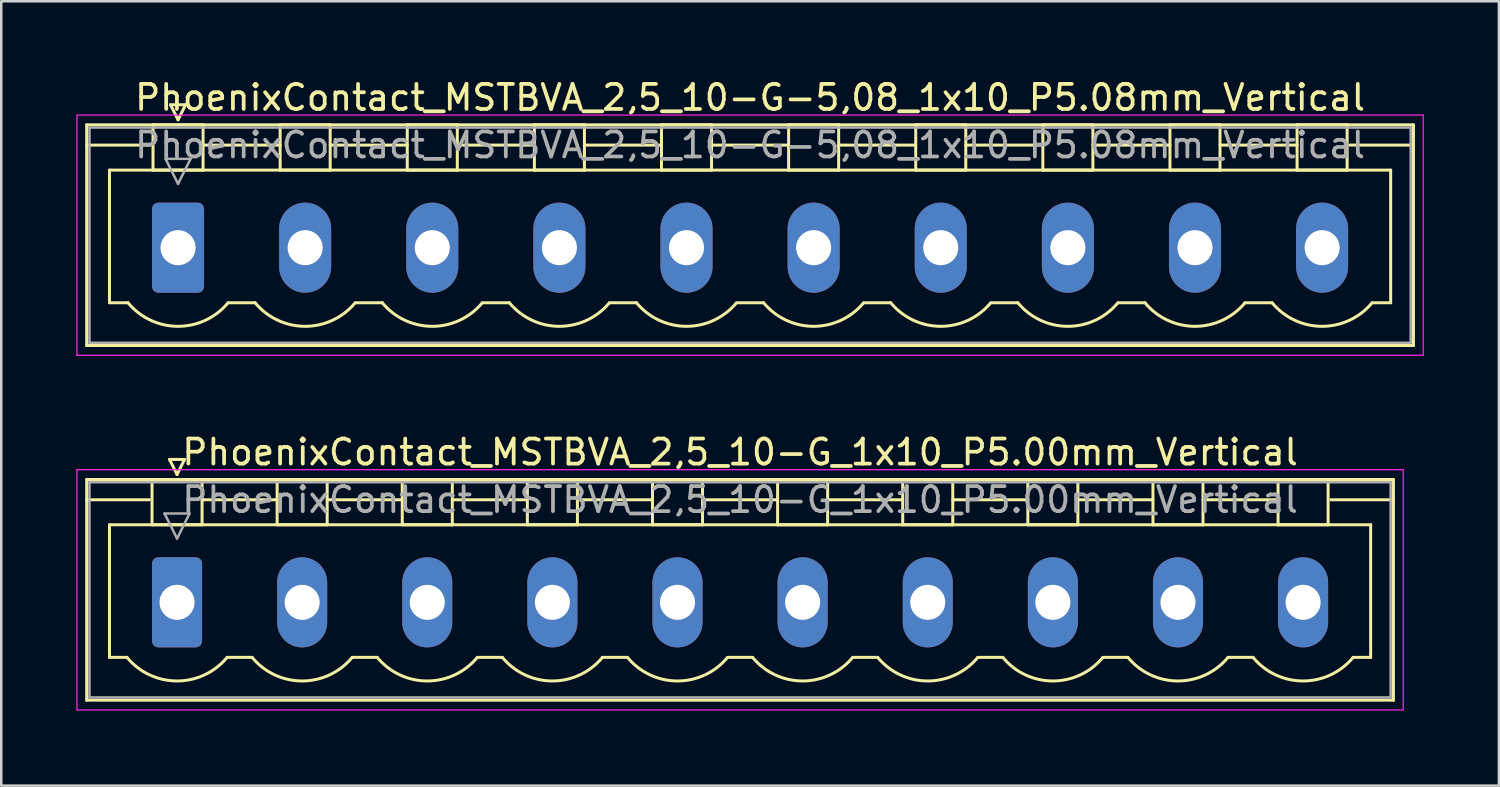
<source format=kicad_pcb>
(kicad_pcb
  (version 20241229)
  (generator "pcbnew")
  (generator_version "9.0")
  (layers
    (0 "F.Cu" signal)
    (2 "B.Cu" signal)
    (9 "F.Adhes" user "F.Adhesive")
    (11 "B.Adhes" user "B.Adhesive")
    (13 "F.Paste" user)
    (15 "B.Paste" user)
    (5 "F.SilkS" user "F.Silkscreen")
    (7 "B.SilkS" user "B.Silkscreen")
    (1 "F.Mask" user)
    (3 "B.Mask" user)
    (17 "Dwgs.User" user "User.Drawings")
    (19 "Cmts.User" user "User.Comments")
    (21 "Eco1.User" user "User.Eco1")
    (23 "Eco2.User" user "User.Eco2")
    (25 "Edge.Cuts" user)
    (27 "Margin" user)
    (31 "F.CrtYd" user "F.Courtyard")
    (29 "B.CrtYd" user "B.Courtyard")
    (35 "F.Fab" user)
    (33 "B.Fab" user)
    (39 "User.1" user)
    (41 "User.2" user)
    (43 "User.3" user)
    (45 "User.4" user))
  (footprint "PhoenixContact_MSTBVA_2,5_10-G_1x10_P5.00mm_Vertical"
    (layer "F.Cu")
    (at 4.025 21.021)
    (property "Reference" "PhoenixContact_MSTBVA_2,5_10-G_1x10_P5.00mm_Vertical" (at 22.5 -6 0) (layer "F.SilkS") (effects (font (size 1 1) (thickness 0.15))))
    (attr through_hole)
    (fp_line (start -3.61 -4.91) (end -3.61 3.91) (stroke (width 0.12) (type solid)) (layer "F.SilkS"))
    (fp_line (start -3.61 -4.1) (end -1.11 -4.1) (stroke (width 0.12) (type solid)) (layer "F.SilkS"))
    (fp_line (start -3.61 3.91) (end 48.61 3.91) (stroke (width 0.12) (type solid)) (layer "F.SilkS"))
    (fp_line (start -2.7 -3.1) (end 47.7 -3.1) (stroke (width 0.12) (type solid)) (layer "F.SilkS"))
    (fp_line (start -2.7 2.2) (end -2.7 -3.1) (stroke (width 0.12) (type solid)) (layer "F.SilkS"))
    (fp_line (start -2 2.2) (end -2.7 2.2) (stroke (width 0.12) (type solid)) (layer "F.SilkS"))
    (fp_line (start -1 -4.91) (end 1 -4.91) (stroke (width 0.12) (type solid)) (layer "F.SilkS"))
    (fp_line (start -1 -3.1) (end -1 -4.91) (stroke (width 0.12) (type solid)) (layer "F.SilkS"))
    (fp_line (start -0.3 -5.71) (end 0.3 -5.71) (stroke (width 0.12) (type solid)) (layer "F.SilkS"))
    (fp_line (start 0 -5.11) (end -0.3 -5.71) (stroke (width 0.12) (type solid)) (layer "F.SilkS"))
    (fp_line (start 0.3 -5.71) (end 0 -5.11) (stroke (width 0.12) (type solid)) (layer "F.SilkS"))
    (fp_line (start 1 -4.91) (end 1 -3.1) (stroke (width 0.12) (type solid)) (layer "F.SilkS"))
    (fp_line (start 1 -4.1) (end 4 -4.1) (stroke (width 0.12) (type solid)) (layer "F.SilkS"))
    (fp_line (start 1 -3.1) (end -1 -3.1) (stroke (width 0.12) (type solid)) (layer "F.SilkS"))
    (fp_line (start 2 2.2) (end 3 2.2) (stroke (width 0.12) (type solid)) (layer "F.SilkS"))
    (fp_line (start 4 -4.91) (end 6 -4.91) (stroke (width 0.12) (type solid)) (layer "F.SilkS"))
    (fp_line (start 4 -3.1) (end 4 -4.91) (stroke (width 0.12) (type solid)) (layer "F.SilkS"))
    (fp_line (start 6 -4.91) (end 6 -3.1) (stroke (width 0.12) (type solid)) (layer "F.SilkS"))
    (fp_line (start 6 -4.1) (end 9 -4.1) (stroke (width 0.12) (type solid)) (layer "F.SilkS"))
    (fp_line (start 6 -3.1) (end 4 -3.1) (stroke (width 0.12) (type solid)) (layer "F.SilkS"))
    (fp_line (start 7 2.2) (end 8 2.2) (stroke (width 0.12) (type solid)) (layer "F.SilkS"))
    (fp_line (start 9 -4.91) (end 11 -4.91) (stroke (width 0.12) (type solid)) (layer "F.SilkS"))
    (fp_line (start 9 -3.1) (end 9 -4.91) (stroke (width 0.12) (type solid)) (layer "F.SilkS"))
    (fp_line (start 11 -4.91) (end 11 -3.1) (stroke (width 0.12) (type solid)) (layer "F.SilkS"))
    (fp_line (start 11 -4.1) (end 14 -4.1) (stroke (width 0.12) (type solid)) (layer "F.SilkS"))
    (fp_line (start 11 -3.1) (end 9 -3.1) (stroke (width 0.12) (type solid)) (layer "F.SilkS"))
    (fp_line (start 12 2.2) (end 13 2.2) (stroke (width 0.12) (type solid)) (layer "F.SilkS"))
    (fp_line (start 14 -4.91) (end 16 -4.91) (stroke (width 0.12) (type solid)) (layer "F.SilkS"))
    (fp_line (start 14 -3.1) (end 14 -4.91) (stroke (width 0.12) (type solid)) (layer "F.SilkS"))
    (fp_line (start 16 -4.91) (end 16 -3.1) (stroke (width 0.12) (type solid)) (layer "F.SilkS"))
    (fp_line (start 16 -4.1) (end 19 -4.1) (stroke (width 0.12) (type solid)) (layer "F.SilkS"))
    (fp_line (start 16 -3.1) (end 14 -3.1) (stroke (width 0.12) (type solid)) (layer "F.SilkS"))
    (fp_line (start 17 2.2) (end 18 2.2) (stroke (width 0.12) (type solid)) (layer "F.SilkS"))
    (fp_line (start 19 -4.91) (end 21 -4.91) (stroke (width 0.12) (type solid)) (layer "F.SilkS"))
    (fp_line (start 19 -3.1) (end 19 -4.91) (stroke (width 0.12) (type solid)) (layer "F.SilkS"))
    (fp_line (start 21 -4.91) (end 21 -3.1) (stroke (width 0.12) (type solid)) (layer "F.SilkS"))
    (fp_line (start 21 -4.1) (end 24 -4.1) (stroke (width 0.12) (type solid)) (layer "F.SilkS"))
    (fp_line (start 21 -3.1) (end 19 -3.1) (stroke (width 0.12) (type solid)) (layer "F.SilkS"))
    (fp_line (start 22 2.2) (end 23 2.2) (stroke (width 0.12) (type solid)) (layer "F.SilkS"))
    (fp_line (start 24 -4.91) (end 26 -4.91) (stroke (width 0.12) (type solid)) (layer "F.SilkS"))
    (fp_line (start 24 -3.1) (end 24 -4.91) (stroke (width 0.12) (type solid)) (layer "F.SilkS"))
    (fp_line (start 26 -4.91) (end 26 -3.1) (stroke (width 0.12) (type solid)) (layer "F.SilkS"))
    (fp_line (start 26 -4.1) (end 29 -4.1) (stroke (width 0.12) (type solid)) (layer "F.SilkS"))
    (fp_line (start 26 -3.1) (end 24 -3.1) (stroke (width 0.12) (type solid)) (layer "F.SilkS"))
    (fp_line (start 27 2.2) (end 28 2.2) (stroke (width 0.12) (type solid)) (layer "F.SilkS"))
    (fp_line (start 29 -4.91) (end 31 -4.91) (stroke (width 0.12) (type solid)) (layer "F.SilkS"))
    (fp_line (start 29 -3.1) (end 29 -4.91) (stroke (width 0.12) (type solid)) (layer "F.SilkS"))
    (fp_line (start 31 -4.91) (end 31 -3.1) (stroke (width 0.12) (type solid)) (layer "F.SilkS"))
    (fp_line (start 31 -4.1) (end 34 -4.1) (stroke (width 0.12) (type solid)) (layer "F.SilkS"))
    (fp_line (start 31 -3.1) (end 29 -3.1) (stroke (width 0.12) (type solid)) (layer "F.SilkS"))
    (fp_line (start 32 2.2) (end 33 2.2) (stroke (width 0.12) (type solid)) (layer "F.SilkS"))
    (fp_line (start 34 -4.91) (end 36 -4.91) (stroke (width 0.12) (type solid)) (layer "F.SilkS"))
    (fp_line (start 34 -3.1) (end 34 -4.91) (stroke (width 0.12) (type solid)) (layer "F.SilkS"))
    (fp_line (start 36 -4.91) (end 36 -3.1) (stroke (width 0.12) (type solid)) (layer "F.SilkS"))
    (fp_line (start 36 -4.1) (end 39 -4.1) (stroke (width 0.12) (type solid)) (layer "F.SilkS"))
    (fp_line (start 36 -3.1) (end 34 -3.1) (stroke (width 0.12) (type solid)) (layer "F.SilkS"))
    (fp_line (start 37 2.2) (end 38 2.2) (stroke (width 0.12) (type solid)) (layer "F.SilkS"))
    (fp_line (start 39 -4.91) (end 41 -4.91) (stroke (width 0.12) (type solid)) (layer "F.SilkS"))
    (fp_line (start 39 -3.1) (end 39 -4.91) (stroke (width 0.12) (type solid)) (layer "F.SilkS"))
    (fp_line (start 41 -4.91) (end 41 -3.1) (stroke (width 0.12) (type solid)) (layer "F.SilkS"))
    (fp_line (start 41 -4.1) (end 44 -4.1) (stroke (width 0.12) (type solid)) (layer "F.SilkS"))
    (fp_line (start 41 -3.1) (end 39 -3.1) (stroke (width 0.12) (type solid)) (layer "F.SilkS"))
    (fp_line (start 42 2.2) (end 43 2.2) (stroke (width 0.12) (type solid)) (layer "F.SilkS"))
    (fp_line (start 44 -4.91) (end 46 -4.91) (stroke (width 0.12) (type solid)) (layer "F.SilkS"))
    (fp_line (start 44 -3.1) (end 44 -4.91) (stroke (width 0.12) (type solid)) (layer "F.SilkS"))
    (fp_line (start 46 -4.91) (end 46 -3.1) (stroke (width 0.12) (type solid)) (layer "F.SilkS"))
    (fp_line (start 46 -3.1) (end 44 -3.1) (stroke (width 0.12) (type solid)) (layer "F.SilkS"))
    (fp_line (start 47.7 -3.1) (end 47.7 2.2) (stroke (width 0.12) (type solid)) (layer "F.SilkS"))
    (fp_line (start 47.7 2.2) (end 47 2.2) (stroke (width 0.12) (type solid)) (layer "F.SilkS"))
    (fp_line (start 48.61 -4.91) (end -3.61 -4.91) (stroke (width 0.12) (type solid)) (layer "F.SilkS"))
    (fp_line (start 48.61 -4.1) (end 46.11 -4.1) (stroke (width 0.12) (type solid)) (layer "F.SilkS"))
    (fp_line (start 48.61 3.91) (end 48.61 -4.91) (stroke (width 0.12) (type solid)) (layer "F.SilkS"))
    (fp_arc (start 1.986842 2.215821) (mid -0.010289 3.142758) (end -2 2.2) (stroke (width 0.12) (type solid)) (layer "F.SilkS"))
    (fp_arc (start 6.986842 2.215821) (mid 4.989711 3.142758) (end 3 2.2) (stroke (width 0.12) (type solid)) (layer "F.SilkS"))
    (fp_arc (start 11.986842 2.215821) (mid 9.989711 3.142758) (end 8 2.2) (stroke (width 0.12) (type solid)) (layer "F.SilkS"))
    (fp_arc (start 16.986842 2.215821) (mid 14.989711 3.142758) (end 13 2.2) (stroke (width 0.12) (type solid)) (layer "F.SilkS"))
    (fp_arc (start 21.986842 2.215821) (mid 19.989711 3.142758) (end 18 2.2) (stroke (width 0.12) (type solid)) (layer "F.SilkS"))
    (fp_arc (start 26.986842 2.215821) (mid 24.989711 3.142758) (end 23 2.2) (stroke (width 0.12) (type solid)) (layer "F.SilkS"))
    (fp_arc (start 31.986842 2.215821) (mid 29.989711 3.142758) (end 28 2.2) (stroke (width 0.12) (type solid)) (layer "F.SilkS"))
    (fp_arc (start 36.986842 2.215821) (mid 34.989711 3.142758) (end 33 2.2) (stroke (width 0.12) (type solid)) (layer "F.SilkS"))
    (fp_arc (start 41.986842 2.215821) (mid 39.989711 3.142758) (end 38 2.2) (stroke (width 0.12) (type solid)) (layer "F.SilkS"))
    (fp_arc (start 46.986842 2.215821) (mid 44.989711 3.142758) (end 43 2.2) (stroke (width 0.12) (type solid)) (layer "F.SilkS"))
    (fp_line (start -4 -5.3) (end -4 4.3) (stroke (width 0.05) (type solid)) (layer "F.CrtYd"))
    (fp_line (start -4 4.3) (end 49 4.3) (stroke (width 0.05) (type solid)) (layer "F.CrtYd"))
    (fp_line (start 49 -5.3) (end -4 -5.3) (stroke (width 0.05) (type solid)) (layer "F.CrtYd"))
    (fp_line (start 49 4.3) (end 49 -5.3) (stroke (width 0.05) (type solid)) (layer "F.CrtYd"))
    (fp_line (start -3.5 -4.8) (end -3.5 3.8) (stroke (width 0.1) (type solid)) (layer "F.Fab"))
    (fp_line (start -3.5 3.8) (end 48.5 3.8) (stroke (width 0.1) (type solid)) (layer "F.Fab"))
    (fp_line (start -0.5 -3.55) (end 0.5 -3.55) (stroke (width 0.1) (type solid)) (layer "F.Fab"))
    (fp_line (start 0 -2.55) (end -0.5 -3.55) (stroke (width 0.1) (type solid)) (layer "F.Fab"))
    (fp_line (start 0.5 -3.55) (end 0 -2.55) (stroke (width 0.1) (type solid)) (layer "F.Fab"))
    (fp_line (start 48.5 -4.8) (end -3.5 -4.8) (stroke (width 0.1) (type solid)) (layer "F.Fab"))
    (fp_line (start 48.5 3.8) (end 48.5 -4.8) (stroke (width 0.1) (type solid)) (layer "F.Fab"))
    (fp_text user "${REFERENCE}" (at 22.5 -4.1 0) (layer "F.Fab") (effects (font (size 1 1) (thickness 0.15))))
    (pad "1" thru_hole roundrect (at 0 0) (size 2 3.6) (drill 1.4) (layers "*.Cu" "*.Mask") (roundrect_rratio 0.125))
    (pad "2" thru_hole oval (at 5 0) (size 2 3.6) (drill 1.4) (layers "*.Cu" "*.Mask"))
    (pad "3" thru_hole oval (at 10 0) (size 2 3.6) (drill 1.4) (layers "*.Cu" "*.Mask"))
    (pad "4" thru_hole oval (at 15 0) (size 2 3.6) (drill 1.4) (layers "*.Cu" "*.Mask"))
    (pad "5" thru_hole oval (at 20 0) (size 2 3.6) (drill 1.4) (layers "*.Cu" "*.Mask"))
    (pad "6" thru_hole oval (at 25 0) (size 2 3.6) (drill 1.4) (layers "*.Cu" "*.Mask"))
    (pad "7" thru_hole oval (at 30 0) (size 2 3.6) (drill 1.4) (layers "*.Cu" "*.Mask"))
    (pad "8" thru_hole oval (at 35 0) (size 2 3.6) (drill 1.4) (layers "*.Cu" "*.Mask"))
    (pad "9" thru_hole oval (at 40 0) (size 2 3.6) (drill 1.4) (layers "*.Cu" "*.Mask"))
    (pad "10" thru_hole oval (at 45 0) (size 2 3.6) (drill 1.4) (layers "*.Cu" "*.Mask")))
  (footprint "PhoenixContact_MSTBVA_2,5_10-G-5,08_1x10_P5.08mm_Vertical"
    (layer "F.Cu")
    (at 4.065 6.848)
    (property "Reference" "PhoenixContact_MSTBVA_2,5_10-G-5,08_1x10_P5.08mm_Vertical" (at 22.86 -6 0) (layer "F.SilkS") (effects (font (size 1 1) (thickness 0.15))))
    (attr through_hole)
    (fp_line (start -3.65 -4.91) (end -3.65 3.91) (stroke (width 0.12) (type solid)) (layer "F.SilkS"))
    (fp_line (start -3.65 -4.1) (end -1.11 -4.1) (stroke (width 0.12) (type solid)) (layer "F.SilkS"))
    (fp_line (start -3.65 3.91) (end 49.37 3.91) (stroke (width 0.12) (type solid)) (layer "F.SilkS"))
    (fp_line (start -2.74 -3.1) (end 48.46 -3.1) (stroke (width 0.12) (type solid)) (layer "F.SilkS"))
    (fp_line (start -2.74 2.2) (end -2.74 -3.1) (stroke (width 0.12) (type solid)) (layer "F.SilkS"))
    (fp_line (start -2 2.2) (end -2.74 2.2) (stroke (width 0.12) (type solid)) (layer "F.SilkS"))
    (fp_line (start -1 -4.91) (end 1 -4.91) (stroke (width 0.12) (type solid)) (layer "F.SilkS"))
    (fp_line (start -1 -3.1) (end -1 -4.91) (stroke (width 0.12) (type solid)) (layer "F.SilkS"))
    (fp_line (start -0.3 -5.71) (end 0.3 -5.71) (stroke (width 0.12) (type solid)) (layer "F.SilkS"))
    (fp_line (start 0 -5.11) (end -0.3 -5.71) (stroke (width 0.12) (type solid)) (layer "F.SilkS"))
    (fp_line (start 0.3 -5.71) (end 0 -5.11) (stroke (width 0.12) (type solid)) (layer "F.SilkS"))
    (fp_line (start 1 -4.91) (end 1 -3.1) (stroke (width 0.12) (type solid)) (layer "F.SilkS"))
    (fp_line (start 1 -4.1) (end 4.08 -4.1) (stroke (width 0.12) (type solid)) (layer "F.SilkS"))
    (fp_line (start 1 -3.1) (end -1 -3.1) (stroke (width 0.12) (type solid)) (layer "F.SilkS"))
    (fp_line (start 2 2.2) (end 3.08 2.2) (stroke (width 0.12) (type solid)) (layer "F.SilkS"))
    (fp_line (start 4.08 -4.91) (end 6.08 -4.91) (stroke (width 0.12) (type solid)) (layer "F.SilkS"))
    (fp_line (start 4.08 -3.1) (end 4.08 -4.91) (stroke (width 0.12) (type solid)) (layer "F.SilkS"))
    (fp_line (start 6.08 -4.91) (end 6.08 -3.1) (stroke (width 0.12) (type solid)) (layer "F.SilkS"))
    (fp_line (start 6.08 -4.1) (end 9.16 -4.1) (stroke (width 0.12) (type solid)) (layer "F.SilkS"))
    (fp_line (start 6.08 -3.1) (end 4.08 -3.1) (stroke (width 0.12) (type solid)) (layer "F.SilkS"))
    (fp_line (start 7.08 2.2) (end 8.16 2.2) (stroke (width 0.12) (type solid)) (layer "F.SilkS"))
    (fp_line (start 9.16 -4.91) (end 11.16 -4.91) (stroke (width 0.12) (type solid)) (layer "F.SilkS"))
    (fp_line (start 9.16 -3.1) (end 9.16 -4.91) (stroke (width 0.12) (type solid)) (layer "F.SilkS"))
    (fp_line (start 11.16 -4.91) (end 11.16 -3.1) (stroke (width 0.12) (type solid)) (layer "F.SilkS"))
    (fp_line (start 11.16 -4.1) (end 14.24 -4.1) (stroke (width 0.12) (type solid)) (layer "F.SilkS"))
    (fp_line (start 11.16 -3.1) (end 9.16 -3.1) (stroke (width 0.12) (type solid)) (layer "F.SilkS"))
    (fp_line (start 12.16 2.2) (end 13.24 2.2) (stroke (width 0.12) (type solid)) (layer "F.SilkS"))
    (fp_line (start 14.24 -4.91) (end 16.24 -4.91) (stroke (width 0.12) (type solid)) (layer "F.SilkS"))
    (fp_line (start 14.24 -3.1) (end 14.24 -4.91) (stroke (width 0.12) (type solid)) (layer "F.SilkS"))
    (fp_line (start 16.24 -4.91) (end 16.24 -3.1) (stroke (width 0.12) (type solid)) (layer "F.SilkS"))
    (fp_line (start 16.24 -4.1) (end 19.32 -4.1) (stroke (width 0.12) (type solid)) (layer "F.SilkS"))
    (fp_line (start 16.24 -3.1) (end 14.24 -3.1) (stroke (width 0.12) (type solid)) (layer "F.SilkS"))
    (fp_line (start 17.24 2.2) (end 18.32 2.2) (stroke (width 0.12) (type solid)) (layer "F.SilkS"))
    (fp_line (start 19.32 -4.91) (end 21.32 -4.91) (stroke (width 0.12) (type solid)) (layer "F.SilkS"))
    (fp_line (start 19.32 -3.1) (end 19.32 -4.91) (stroke (width 0.12) (type solid)) (layer "F.SilkS"))
    (fp_line (start 21.32 -4.91) (end 21.32 -3.1) (stroke (width 0.12) (type solid)) (layer "F.SilkS"))
    (fp_line (start 21.32 -4.1) (end 24.4 -4.1) (stroke (width 0.12) (type solid)) (layer "F.SilkS"))
    (fp_line (start 21.32 -3.1) (end 19.32 -3.1) (stroke (width 0.12) (type solid)) (layer "F.SilkS"))
    (fp_line (start 22.32 2.2) (end 23.4 2.2) (stroke (width 0.12) (type solid)) (layer "F.SilkS"))
    (fp_line (start 24.4 -4.91) (end 26.4 -4.91) (stroke (width 0.12) (type solid)) (layer "F.SilkS"))
    (fp_line (start 24.4 -3.1) (end 24.4 -4.91) (stroke (width 0.12) (type solid)) (layer "F.SilkS"))
    (fp_line (start 26.4 -4.91) (end 26.4 -3.1) (stroke (width 0.12) (type solid)) (layer "F.SilkS"))
    (fp_line (start 26.4 -4.1) (end 29.48 -4.1) (stroke (width 0.12) (type solid)) (layer "F.SilkS"))
    (fp_line (start 26.4 -3.1) (end 24.4 -3.1) (stroke (width 0.12) (type solid)) (layer "F.SilkS"))
    (fp_line (start 27.4 2.2) (end 28.48 2.2) (stroke (width 0.12) (type solid)) (layer "F.SilkS"))
    (fp_line (start 29.48 -4.91) (end 31.48 -4.91) (stroke (width 0.12) (type solid)) (layer "F.SilkS"))
    (fp_line (start 29.48 -3.1) (end 29.48 -4.91) (stroke (width 0.12) (type solid)) (layer "F.SilkS"))
    (fp_line (start 31.48 -4.91) (end 31.48 -3.1) (stroke (width 0.12) (type solid)) (layer "F.SilkS"))
    (fp_line (start 31.48 -4.1) (end 34.56 -4.1) (stroke (width 0.12) (type solid)) (layer "F.SilkS"))
    (fp_line (start 31.48 -3.1) (end 29.48 -3.1) (stroke (width 0.12) (type solid)) (layer "F.SilkS"))
    (fp_line (start 32.48 2.2) (end 33.56 2.2) (stroke (width 0.12) (type solid)) (layer "F.SilkS"))
    (fp_line (start 34.56 -4.91) (end 36.56 -4.91) (stroke (width 0.12) (type solid)) (layer "F.SilkS"))
    (fp_line (start 34.56 -3.1) (end 34.56 -4.91) (stroke (width 0.12) (type solid)) (layer "F.SilkS"))
    (fp_line (start 36.56 -4.91) (end 36.56 -3.1) (stroke (width 0.12) (type solid)) (layer "F.SilkS"))
    (fp_line (start 36.56 -4.1) (end 39.64 -4.1) (stroke (width 0.12) (type solid)) (layer "F.SilkS"))
    (fp_line (start 36.56 -3.1) (end 34.56 -3.1) (stroke (width 0.12) (type solid)) (layer "F.SilkS"))
    (fp_line (start 37.56 2.2) (end 38.64 2.2) (stroke (width 0.12) (type solid)) (layer "F.SilkS"))
    (fp_line (start 39.64 -4.91) (end 41.64 -4.91) (stroke (width 0.12) (type solid)) (layer "F.SilkS"))
    (fp_line (start 39.64 -3.1) (end 39.64 -4.91) (stroke (width 0.12) (type solid)) (layer "F.SilkS"))
    (fp_line (start 41.64 -4.91) (end 41.64 -3.1) (stroke (width 0.12) (type solid)) (layer "F.SilkS"))
    (fp_line (start 41.64 -4.1) (end 44.72 -4.1) (stroke (width 0.12) (type solid)) (layer "F.SilkS"))
    (fp_line (start 41.64 -3.1) (end 39.64 -3.1) (stroke (width 0.12) (type solid)) (layer "F.SilkS"))
    (fp_line (start 42.64 2.2) (end 43.72 2.2) (stroke (width 0.12) (type solid)) (layer "F.SilkS"))
    (fp_line (start 44.72 -4.91) (end 46.72 -4.91) (stroke (width 0.12) (type solid)) (layer "F.SilkS"))
    (fp_line (start 44.72 -3.1) (end 44.72 -4.91) (stroke (width 0.12) (type solid)) (layer "F.SilkS"))
    (fp_line (start 46.72 -4.91) (end 46.72 -3.1) (stroke (width 0.12) (type solid)) (layer "F.SilkS"))
    (fp_line (start 46.72 -3.1) (end 44.72 -3.1) (stroke (width 0.12) (type solid)) (layer "F.SilkS"))
    (fp_line (start 48.46 -3.1) (end 48.46 2.2) (stroke (width 0.12) (type solid)) (layer "F.SilkS"))
    (fp_line (start 48.46 2.2) (end 47.72 2.2) (stroke (width 0.12) (type solid)) (layer "F.SilkS"))
    (fp_line (start 49.37 -4.91) (end -3.65 -4.91) (stroke (width 0.12) (type solid)) (layer "F.SilkS"))
    (fp_line (start 49.37 -4.1) (end 46.83 -4.1) (stroke (width 0.12) (type solid)) (layer "F.SilkS"))
    (fp_line (start 49.37 3.91) (end 49.37 -4.91) (stroke (width 0.12) (type solid)) (layer "F.SilkS"))
    (fp_arc (start 1.986842 2.215821) (mid -0.010289 3.142758) (end -2 2.2) (stroke (width 0.12) (type solid)) (layer "F.SilkS"))
    (fp_arc (start 7.066842 2.215821) (mid 5.069711 3.142758) (end 3.08 2.2) (stroke (width 0.12) (type solid)) (layer "F.SilkS"))
    (fp_arc (start 12.146842 2.215821) (mid 10.149711 3.142758) (end 8.16 2.2) (stroke (width 0.12) (type solid)) (layer "F.SilkS"))
    (fp_arc (start 17.226842 2.215821) (mid 15.229711 3.142758) (end 13.24 2.2) (stroke (width 0.12) (type solid)) (layer "F.SilkS"))
    (fp_arc (start 22.306842 2.215821) (mid 20.309711 3.142758) (end 18.32 2.2) (stroke (width 0.12) (type solid)) (layer "F.SilkS"))
    (fp_arc (start 27.386842 2.215821) (mid 25.389711 3.142758) (end 23.4 2.2) (stroke (width 0.12) (type solid)) (layer "F.SilkS"))
    (fp_arc (start 32.466842 2.215821) (mid 30.469711 3.142758) (end 28.48 2.2) (stroke (width 0.12) (type solid)) (layer "F.SilkS"))
    (fp_arc (start 37.546842 2.215821) (mid 35.549711 3.142758) (end 33.56 2.2) (stroke (width 0.12) (type solid)) (layer "F.SilkS"))
    (fp_arc (start 42.626842 2.215821) (mid 40.629711 3.142758) (end 38.64 2.2) (stroke (width 0.12) (type solid)) (layer "F.SilkS"))
    (fp_arc (start 47.706842 2.215821) (mid 45.709711 3.142758) (end 43.72 2.2) (stroke (width 0.12) (type solid)) (layer "F.SilkS"))
    (fp_line (start -4.04 -5.3) (end -4.04 4.3) (stroke (width 0.05) (type solid)) (layer "F.CrtYd"))
    (fp_line (start -4.04 4.3) (end 49.76 4.3) (stroke (width 0.05) (type solid)) (layer "F.CrtYd"))
    (fp_line (start 49.76 -5.3) (end -4.04 -5.3) (stroke (width 0.05) (type solid)) (layer "F.CrtYd"))
    (fp_line (start 49.76 4.3) (end 49.76 -5.3) (stroke (width 0.05) (type solid)) (layer "F.CrtYd"))
    (fp_line (start -3.54 -4.8) (end -3.54 3.8) (stroke (width 0.1) (type solid)) (layer "F.Fab"))
    (fp_line (start -3.54 3.8) (end 49.26 3.8) (stroke (width 0.1) (type solid)) (layer "F.Fab"))
    (fp_line (start -0.5 -3.55) (end 0.5 -3.55) (stroke (width 0.1) (type solid)) (layer "F.Fab"))
    (fp_line (start 0 -2.55) (end -0.5 -3.55) (stroke (width 0.1) (type solid)) (layer "F.Fab"))
    (fp_line (start 0.5 -3.55) (end 0 -2.55) (stroke (width 0.1) (type solid)) (layer "F.Fab"))
    (fp_line (start 49.26 -4.8) (end -3.54 -4.8) (stroke (width 0.1) (type solid)) (layer "F.Fab"))
    (fp_line (start 49.26 3.8) (end 49.26 -4.8) (stroke (width 0.1) (type solid)) (layer "F.Fab"))
    (fp_text user "${REFERENCE}" (at 22.86 -4.1 0) (layer "F.Fab") (effects (font (size 1 1) (thickness 0.15))))
    (pad "1" thru_hole roundrect (at 0 0) (size 2.08 3.6) (drill 1.4) (layers "*.Cu" "*.Mask") (roundrect_rratio 0.12))
    (pad "2" thru_hole oval (at 5.08 0) (size 2.08 3.6) (drill 1.4) (layers "*.Cu" "*.Mask"))
    (pad "3" thru_hole oval (at 10.16 0) (size 2.08 3.6) (drill 1.4) (layers "*.Cu" "*.Mask"))
    (pad "4" thru_hole oval (at 15.24 0) (size 2.08 3.6) (drill 1.4) (layers "*.Cu" "*.Mask"))
    (pad "5" thru_hole oval (at 20.32 0) (size 2.08 3.6) (drill 1.4) (layers "*.Cu" "*.Mask"))
    (pad "6" thru_hole oval (at 25.4 0) (size 2.08 3.6) (drill 1.4) (layers "*.Cu" "*.Mask"))
    (pad "7" thru_hole oval (at 30.48 0) (size 2.08 3.6) (drill 1.4) (layers "*.Cu" "*.Mask"))
    (pad "8" thru_hole oval (at 35.56 0) (size 2.08 3.6) (drill 1.4) (layers "*.Cu" "*.Mask"))
    (pad "9" thru_hole oval (at 40.64 0) (size 2.08 3.6) (drill 1.4) (layers "*.Cu" "*.Mask"))
    (pad "10" thru_hole oval (at 45.72 0) (size 2.08 3.6) (drill 1.4) (layers "*.Cu" "*.Mask")))
  (gr_rect
    (start -3 -3)
    (end 56.85 28.346)
    (stroke (width 0.1) (type default))
    (fill no)
    (layer "Edge.Cuts")))
</source>
